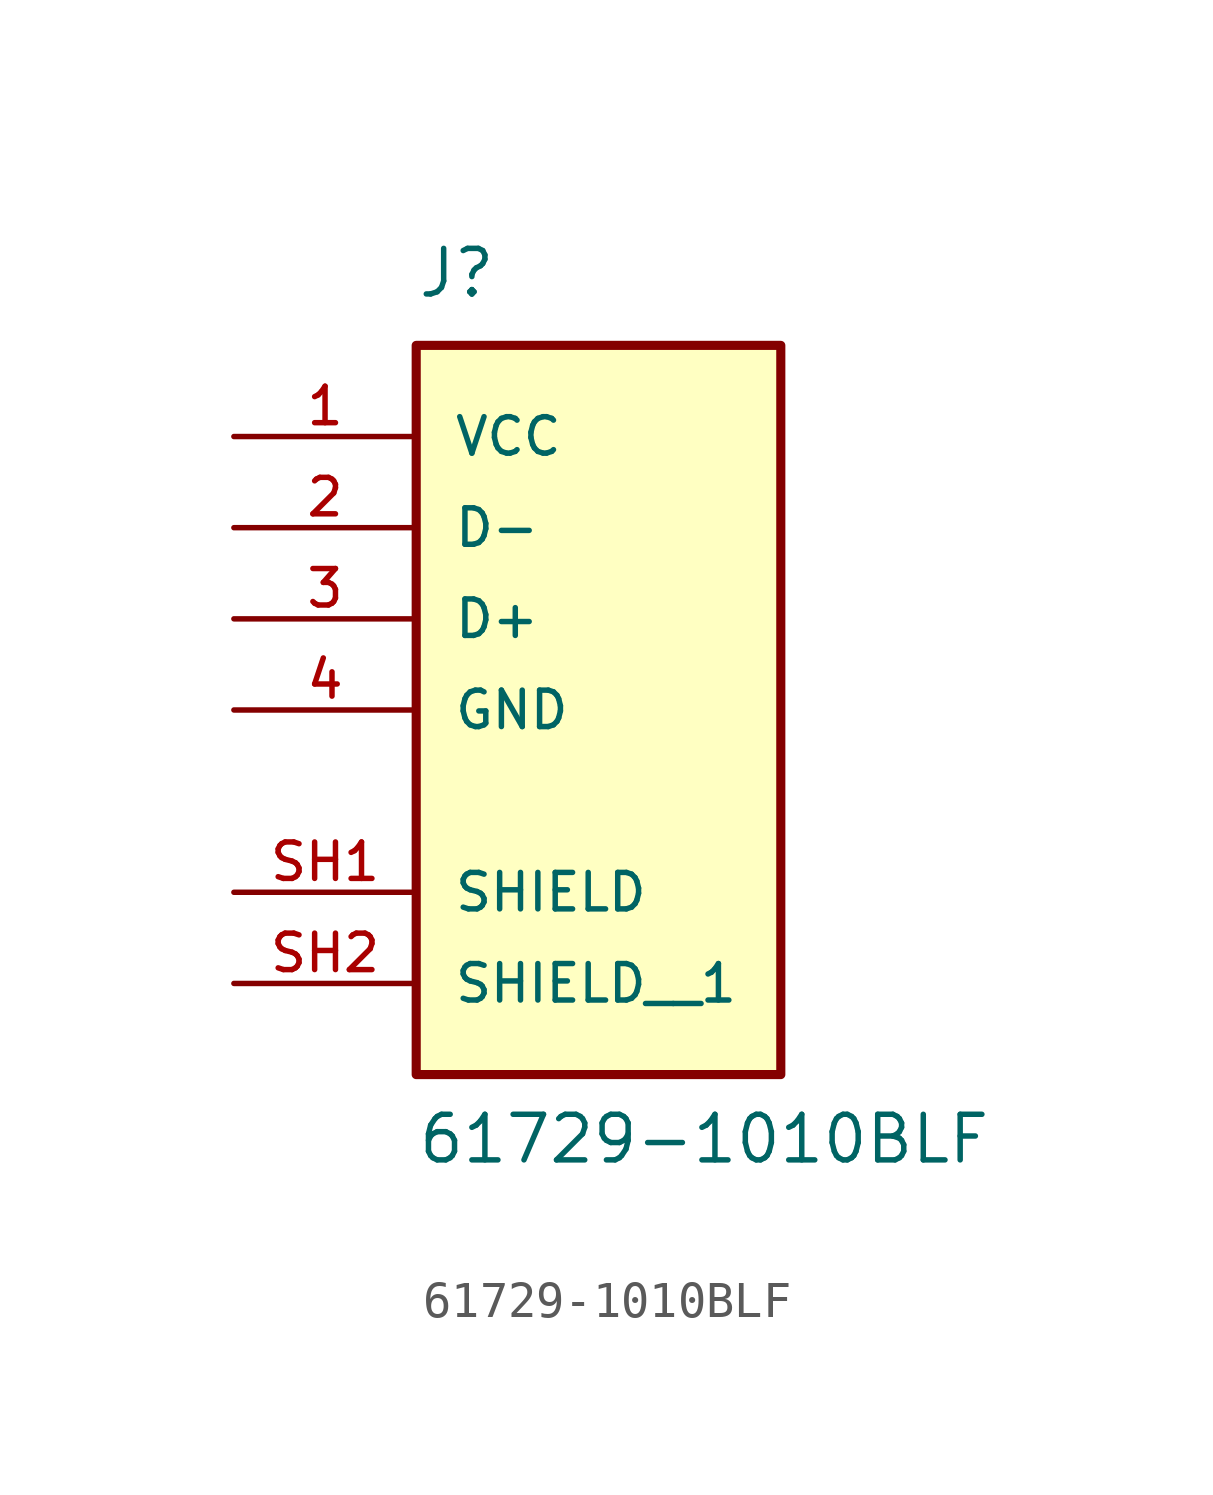
<source format=kicad_sym>
(kicad_symbol_lib
  (version 20211014)
  (generator kicad_symbol_editor)
  (symbol "61729-1010BLF"
    (pin_names
      (offset 1.016))
    (property "Reference" "J"
      (at -5.08 8.89 0)
      (effects (font (size 1.27 1.27)) (justify bottom left)))
    (property "Value" "61729-1010BLF"
      (at -5.08 -15.24 0)
      (effects (font (size 1.27 1.27)) (justify bottom left)))
    (symbol "61729-1010BLF_0_0"
      (rectangle (start -5.08 -12.7) (end 5.08 7.62) (stroke (width 0.254)) (fill (type background)))
      (pin power_in line (at -10.16 5.08 0) (length 5.08) (name "VCC" (effects (font (size 1.016 1.016)))) (number "1" (effects (font (size 1.016 1.016)))))
      (pin bidirectional line (at -10.16 2.54 0) (length 5.08) (name "D-" (effects (font (size 1.016 1.016)))) (number "2" (effects (font (size 1.016 1.016)))))
      (pin bidirectional line (at -10.16 0.0 0) (length 5.08) (name "D+" (effects (font (size 1.016 1.016)))) (number "3" (effects (font (size 1.016 1.016)))))
      (pin power_in line (at -10.16 -2.54 0) (length 5.08) (name "GND" (effects (font (size 1.016 1.016)))) (number "4" (effects (font (size 1.016 1.016)))))
      (pin passive line (at -10.16 -7.62 0) (length 5.08) (name "SHIELD" (effects (font (size 1.016 1.016)))) (number "SH1" (effects (font (size 1.016 1.016)))))
      (pin passive line (at -10.16 -10.16 0) (length 5.08) (name "SHIELD__1" (effects (font (size 1.016 1.016)))) (number "SH2" (effects (font (size 1.016 1.016))))))))
</source>
